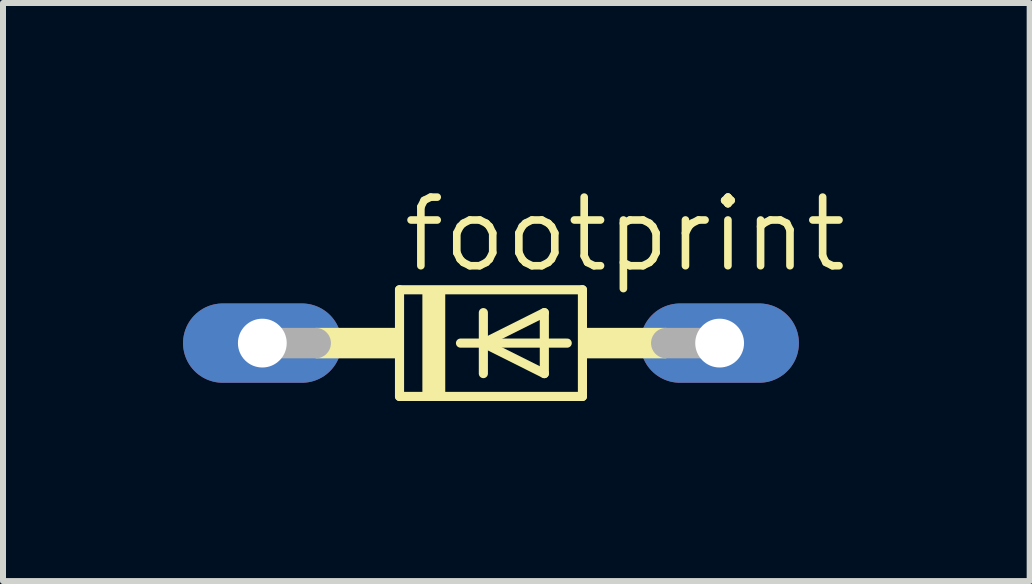
<source format=kicad_pcb>
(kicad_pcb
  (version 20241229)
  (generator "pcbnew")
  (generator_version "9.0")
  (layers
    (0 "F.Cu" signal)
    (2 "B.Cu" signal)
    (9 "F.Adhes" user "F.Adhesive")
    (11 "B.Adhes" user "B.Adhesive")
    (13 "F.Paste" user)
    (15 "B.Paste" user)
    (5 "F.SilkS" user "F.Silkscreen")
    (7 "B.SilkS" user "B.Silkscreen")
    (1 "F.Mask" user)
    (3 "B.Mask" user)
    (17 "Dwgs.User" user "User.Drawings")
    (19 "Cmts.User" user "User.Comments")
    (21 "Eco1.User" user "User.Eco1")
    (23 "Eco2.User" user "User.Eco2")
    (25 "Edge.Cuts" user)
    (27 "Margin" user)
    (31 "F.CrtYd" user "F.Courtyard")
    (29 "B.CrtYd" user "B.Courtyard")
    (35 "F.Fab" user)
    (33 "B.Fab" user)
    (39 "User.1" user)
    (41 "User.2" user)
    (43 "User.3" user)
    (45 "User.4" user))
  (footprint "footprint"
    (layer "F.Cu")
    (at 5.131 2.667)
    (property "Reference" "footprint" (at -1.524 -1.143 0) (layer "F.SilkS") (effects (font (size 1.143 1.143) (thickness 0.127)) (justify left bottom)))
    (fp_line (start -1.524 -0.889) (end -1.524 0.889) (stroke (width 0.152) (type solid)) (layer "F.SilkS"))
    (fp_line (start -1.524 0.889) (end 1.524 0.889) (stroke (width 0.152) (type solid)) (layer "F.SilkS"))
    (fp_line (start -0.508 0) (end -0.127 0) (stroke (width 0.152) (type solid)) (layer "F.SilkS"))
    (fp_line (start -0.127 -0.508) (end -0.127 0) (stroke (width 0.152) (type solid)) (layer "F.SilkS"))
    (fp_line (start -0.127 0) (end -0.127 0.508) (stroke (width 0.152) (type solid)) (layer "F.SilkS"))
    (fp_line (start -0.127 0) (end 0.889 -0.508) (stroke (width 0.152) (type solid)) (layer "F.SilkS"))
    (fp_line (start -0.127 0) (end 1.27 0) (stroke (width 0.152) (type solid)) (layer "F.SilkS"))
    (fp_line (start 0.889 -0.508) (end 0.889 0.508) (stroke (width 0.152) (type solid)) (layer "F.SilkS"))
    (fp_line (start 0.889 0.508) (end -0.127 0) (stroke (width 0.152) (type solid)) (layer "F.SilkS"))
    (fp_line (start 1.524 -0.889) (end -1.524 -0.889) (stroke (width 0.152) (type solid)) (layer "F.SilkS"))
    (fp_line (start 1.524 0.889) (end 1.524 -0.889) (stroke (width 0.152) (type solid)) (layer "F.SilkS"))
    (fp_poly (pts (xy -2.921 0.254) (xy -1.524 0.254) (xy -1.524 -0.254) (xy -2.921 -0.254)) (stroke (width 0) (type solid)) (fill yes) (layer "F.SilkS"))
    (fp_poly (pts (xy -1.143 0.889) (xy -0.762 0.889) (xy -0.762 -0.889) (xy -1.143 -0.889)) (stroke (width 0) (type solid)) (fill yes) (layer "F.SilkS"))
    (fp_poly (pts (xy 1.524 0.254) (xy 2.921 0.254) (xy 2.921 -0.254) (xy 1.524 -0.254)) (stroke (width 0) (type solid)) (fill yes) (layer "F.SilkS"))
    (fp_line (start -3.81 0) (end -2.921 0) (stroke (width 0.508) (type solid)) (layer "F.Fab"))
    (fp_line (start 3.81 0) (end 2.921 0) (stroke (width 0.508) (type solid)) (layer "F.Fab"))
    (pad "A" thru_hole oval (at 3.81 0) (size 2.642 1.321) (drill 0.813) (layers "*.Cu" "*.Mask"))
    (pad "C" thru_hole oval (at -3.81 0) (size 2.642 1.321) (drill 0.813) (layers "*.Cu" "*.Mask")))
  (gr_rect
    (start -3 -3)
    (end 14.107 6.632)
    (stroke (width 0.1) (type default))
    (fill no)
    (layer "Edge.Cuts")))
</source>
